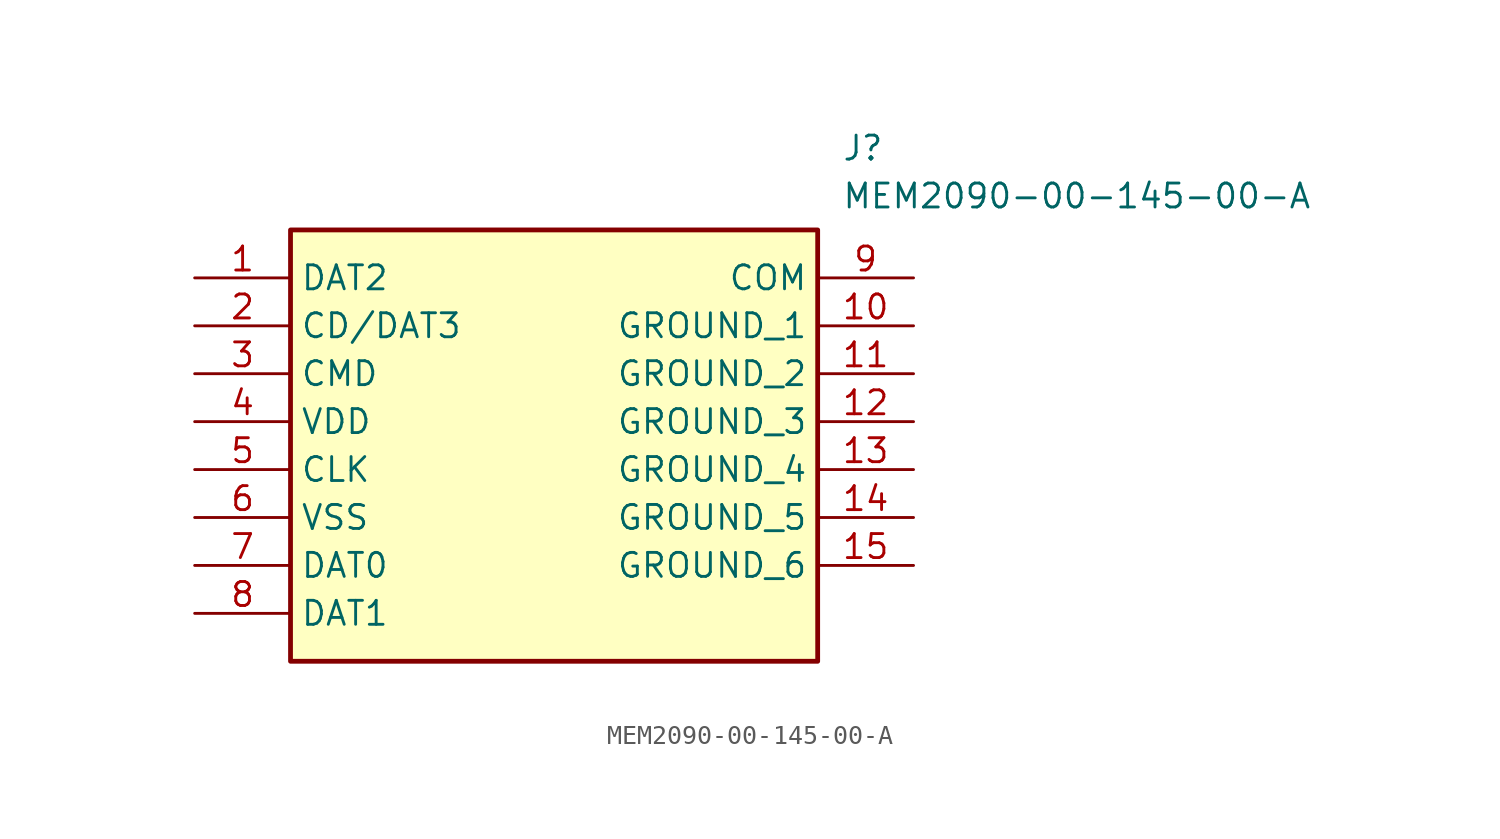
<source format=kicad_sym>
(kicad_symbol_lib
  (version 20241209)
  (generator "kicad_symbol_editor")
  (generator_version "9.0")
  (symbol "MEM2090-00-145-00-A"
    (property "Reference" "J"
      (at 34.29 7.62 0)
      (effects (font (size 1.27 1.27)) (justify left top)))
    (property "Value" "MEM2090-00-145-00-A"
      (at 34.29 5.08 0)
      (effects (font (size 1.27 1.27)) (justify left top)))
    (symbol "MEM2090-00-145-00-A_1_1"
      (rectangle (start 5.08 2.54) (end 33.02 -20.32) (stroke (width 0.254) (type default)) (fill (type background)))
      (pin passive line (at 0 0 0) (length 5.08) (name "DAT2" (effects (font (size 1.27 1.27)))) (number "1" (effects (font (size 1.27 1.27)))))
      (pin passive line (at 0 -2.54 0) (length 5.08) (name "CD/DAT3" (effects (font (size 1.27 1.27)))) (number "2" (effects (font (size 1.27 1.27)))))
      (pin passive line (at 0 -5.08 0) (length 5.08) (name "CMD" (effects (font (size 1.27 1.27)))) (number "3" (effects (font (size 1.27 1.27)))))
      (pin passive line (at 0 -7.62 0) (length 5.08) (name "VDD" (effects (font (size 1.27 1.27)))) (number "4" (effects (font (size 1.27 1.27)))))
      (pin passive line (at 0 -10.16 0) (length 5.08) (name "CLK" (effects (font (size 1.27 1.27)))) (number "5" (effects (font (size 1.27 1.27)))))
      (pin passive line (at 0 -12.7 0) (length 5.08) (name "VSS" (effects (font (size 1.27 1.27)))) (number "6" (effects (font (size 1.27 1.27)))))
      (pin passive line (at 0 -15.24 0) (length 5.08) (name "DAT0" (effects (font (size 1.27 1.27)))) (number "7" (effects (font (size 1.27 1.27)))))
      (pin passive line (at 0 -17.78 0) (length 5.08) (name "DAT1" (effects (font (size 1.27 1.27)))) (number "8" (effects (font (size 1.27 1.27)))))
      (pin passive line (at 38.1 0 180) (length 5.08) (name "COM" (effects (font (size 1.27 1.27)))) (number "9" (effects (font (size 1.27 1.27)))))
      (pin passive line (at 38.1 -2.54 180) (length 5.08) (name "GROUND_1" (effects (font (size 1.27 1.27)))) (number "10" (effects (font (size 1.27 1.27)))))
      (pin passive line (at 38.1 -5.08 180) (length 5.08) (name "GROUND_2" (effects (font (size 1.27 1.27)))) (number "11" (effects (font (size 1.27 1.27)))))
      (pin passive line (at 38.1 -7.62 180) (length 5.08) (name "GROUND_3" (effects (font (size 1.27 1.27)))) (number "12" (effects (font (size 1.27 1.27)))))
      (pin passive line (at 38.1 -10.16 180) (length 5.08) (name "GROUND_4" (effects (font (size 1.27 1.27)))) (number "13" (effects (font (size 1.27 1.27)))))
      (pin passive line (at 38.1 -12.7 180) (length 5.08) (name "GROUND_5" (effects (font (size 1.27 1.27)))) (number "14" (effects (font (size 1.27 1.27)))))
      (pin passive line (at 38.1 -15.24 180) (length 5.08) (name "GROUND_6" (effects (font (size 1.27 1.27)))) (number "15" (effects (font (size 1.27 1.27))))))))
</source>
